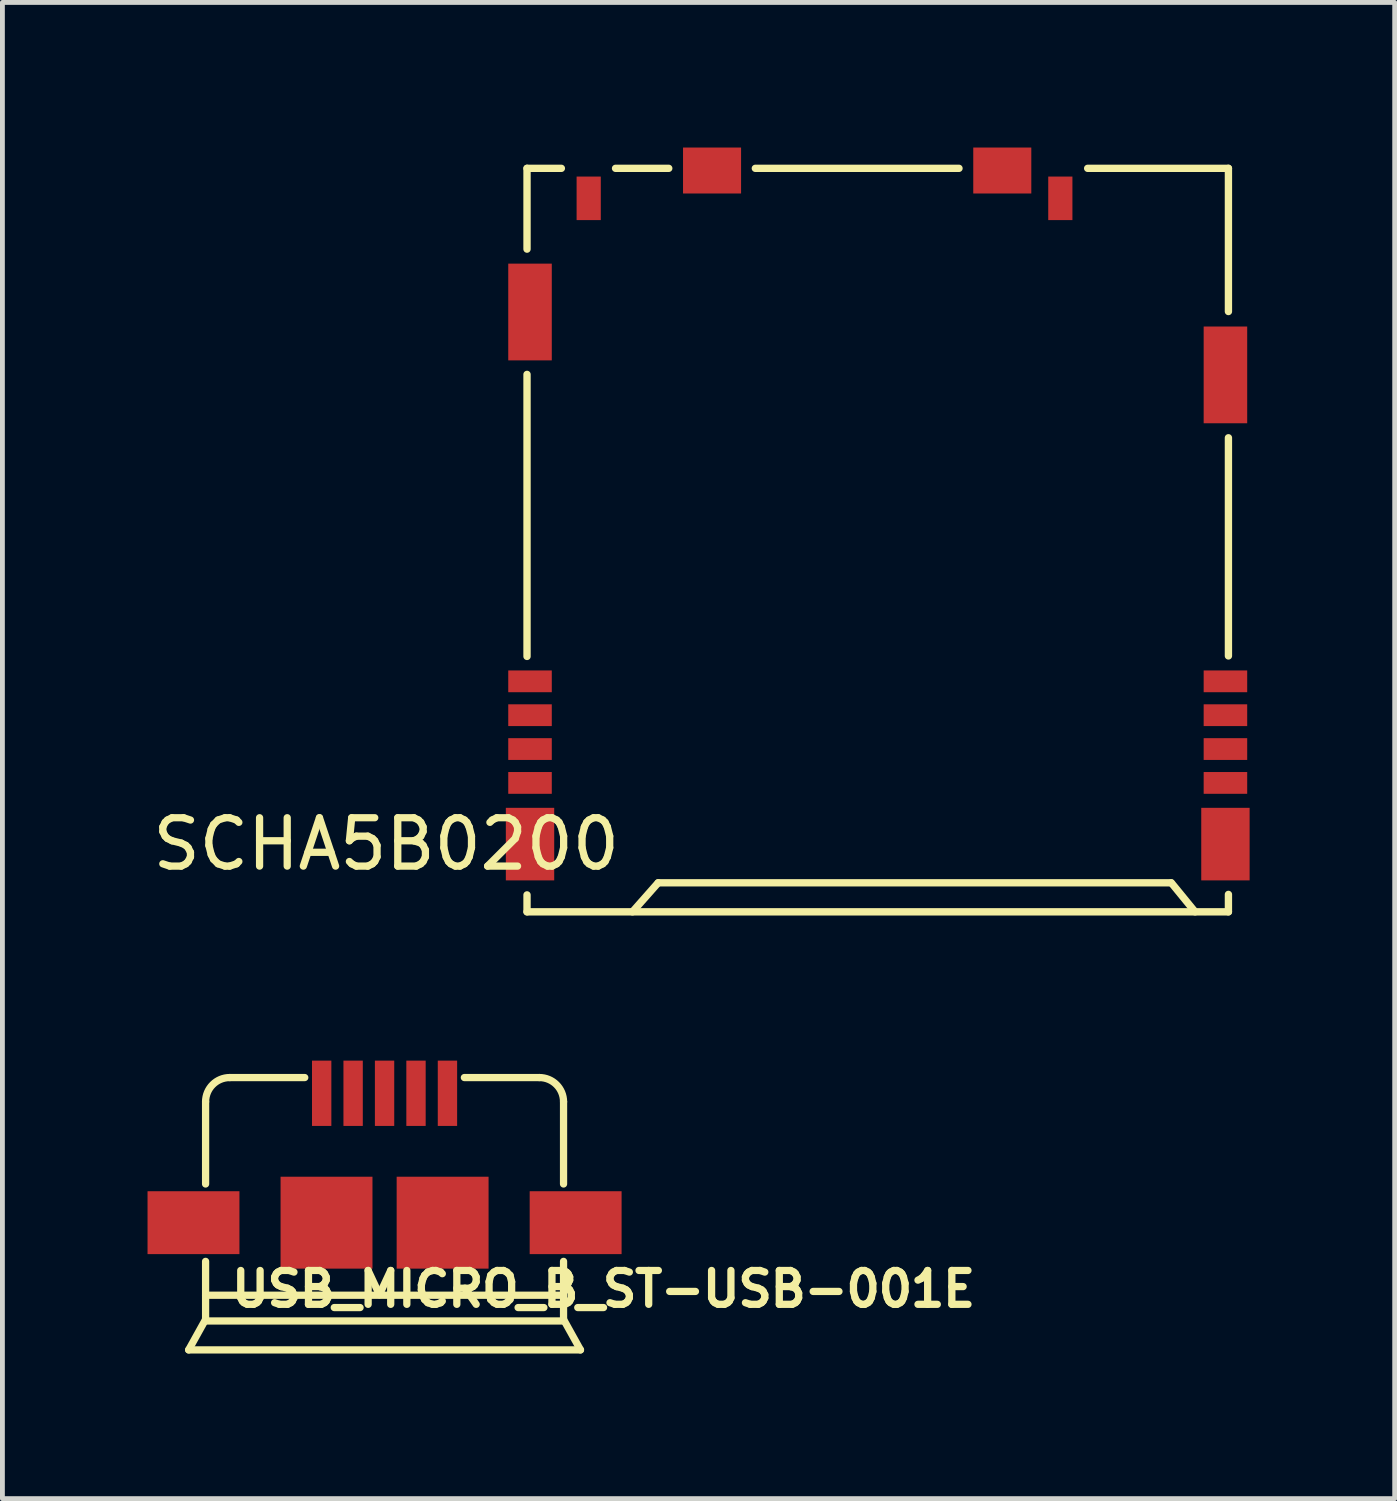
<source format=kicad_pcb>
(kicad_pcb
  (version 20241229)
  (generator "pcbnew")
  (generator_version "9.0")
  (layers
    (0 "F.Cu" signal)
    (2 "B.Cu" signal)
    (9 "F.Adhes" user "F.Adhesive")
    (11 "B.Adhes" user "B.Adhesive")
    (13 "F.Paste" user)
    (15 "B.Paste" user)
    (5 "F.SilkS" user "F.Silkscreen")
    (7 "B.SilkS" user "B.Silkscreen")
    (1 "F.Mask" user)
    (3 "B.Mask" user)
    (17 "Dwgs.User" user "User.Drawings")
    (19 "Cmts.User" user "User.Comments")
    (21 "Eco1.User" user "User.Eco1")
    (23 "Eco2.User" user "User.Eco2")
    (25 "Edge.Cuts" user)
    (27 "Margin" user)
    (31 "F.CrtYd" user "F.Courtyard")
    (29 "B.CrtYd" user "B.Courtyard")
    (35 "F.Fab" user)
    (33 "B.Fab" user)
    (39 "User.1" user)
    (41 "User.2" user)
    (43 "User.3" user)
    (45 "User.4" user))
  (footprint "SCHA5B0200"
    (layer "F.Cu")
    (at 15.095 14.4)
    (property "Reference" "SCHA5B0200" (at -10.16 0 0) (layer "F.SilkS") (effects (font (size 1 1) (thickness 0.15))))
    (attr through_hole)
    (fp_line (start -7.25 -13.97) (end -6.54 -13.97) (stroke (width 0.152) (type solid)) (layer "F.SilkS"))
    (fp_line (start -7.25 -12.3) (end -7.25 -13.97) (stroke (width 0.152) (type solid)) (layer "F.SilkS"))
    (fp_line (start -7.25 -9.71) (end -7.25 -3.88) (stroke (width 0.152) (type solid)) (layer "F.SilkS"))
    (fp_line (start -7.25 1.4) (end -7.25 1.05) (stroke (width 0.152) (type solid)) (layer "F.SilkS"))
    (fp_line (start -7.25 1.4) (end 7.25 1.4) (stroke (width 0.152) (type solid)) (layer "F.SilkS"))
    (fp_line (start -5.42 -13.97) (end -4.32 -13.97) (stroke (width 0.152) (type solid)) (layer "F.SilkS"))
    (fp_line (start -4.54 0.8) (end -5.07 1.4) (stroke (width 0.152) (type solid)) (layer "F.SilkS"))
    (fp_line (start -4.537 0.8) (end 6.062 0.8) (stroke (width 0.152) (type solid)) (layer "F.SilkS"))
    (fp_line (start -2.53 -13.97) (end 1.68 -13.97) (stroke (width 0.152) (type solid)) (layer "F.SilkS"))
    (fp_line (start 6.07 0.8) (end 6.56 1.4) (stroke (width 0.152) (type solid)) (layer "F.SilkS"))
    (fp_line (start 7.25 -13.97) (end 4.34 -13.97) (stroke (width 0.152) (type solid)) (layer "F.SilkS"))
    (fp_line (start 7.25 -11.01) (end 7.25 -13.97) (stroke (width 0.152) (type solid)) (layer "F.SilkS"))
    (fp_line (start 7.25 -8.4) (end 7.25 -3.89) (stroke (width 0.152) (type solid)) (layer "F.SilkS"))
    (fp_line (start 7.25 1.4) (end 7.25 1.04) (stroke (width 0.152) (type solid)) (layer "F.SilkS"))
    (pad "1" smd rect (at -7.188 -3.365) (size 0.9 0.45) (layers "F.Cu" "F.Mask" "F.Paste"))
    (pad "2" smd rect (at -7.188 -2.665) (size 0.9 0.45) (layers "F.Cu" "F.Mask" "F.Paste"))
    (pad "3" smd rect (at -7.188 -1.965) (size 0.9 0.45) (layers "F.Cu" "F.Mask" "F.Paste"))
    (pad "4" smd rect (at -7.188 -1.265) (size 0.9 0.45) (layers "F.Cu" "F.Mask" "F.Paste"))
    (pad "5" smd rect (at 7.188 -1.265) (size 0.9 0.45) (layers "F.Cu" "F.Mask" "F.Paste"))
    (pad "6" smd rect (at 7.188 -1.965) (size 0.9 0.45) (layers "F.Cu" "F.Mask" "F.Paste"))
    (pad "7" smd rect (at 7.188 -2.665) (size 0.9 0.45) (layers "F.Cu" "F.Mask" "F.Paste"))
    (pad "8" smd rect (at 7.188 -3.365) (size 0.9 0.45) (layers "F.Cu" "F.Mask" "F.Paste"))
    (pad "9" smd rect (at -5.975 -13.35) (size 0.5 0.9) (layers "F.Cu" "F.Mask" "F.Paste"))
    (pad "10" smd rect (at 3.775 -13.35) (size 0.5 0.9) (layers "F.Cu" "F.Mask" "F.Paste"))
    (pad "11" smd rect (at -7.188 -11) (size 0.9 2) (layers "F.Cu" "F.Mask" "F.Paste"))
    (pad "11" smd rect (at -7.188 0) (size 1 1.5) (layers "F.Cu" "F.Mask" "F.Paste"))
    (pad "11" smd rect (at -3.425 -13.925) (size 1.2 0.95) (layers "F.Cu" "F.Mask" "F.Paste"))
    (pad "11" smd rect (at 2.575 -13.925) (size 1.2 0.95) (layers "F.Cu" "F.Mask" "F.Paste"))
    (pad "11" smd rect (at 7.188 -9.7) (size 0.9 2) (layers "F.Cu" "F.Mask" "F.Paste"))
    (pad "11" smd rect (at 7.188 0) (size 1 1.5) (layers "F.Cu" "F.Mask" "F.Paste")))
  (footprint "USB_MICRO_B_ST-USB-001E"
    (layer "F.Cu")
    (at 4.9 23.726)
    (property "Reference" "USB_MICRO_B_ST-USB-001E" (at 4.527 -0.128 0) (layer "F.SilkS") (effects (font (size 0.7 0.7) (thickness 0.15))))
    (attr smd)
    (fp_line (start -4.05 1.13) (end -3.7 0.5) (stroke (width 0.15) (type solid)) (layer "F.SilkS"))
    (fp_line (start -3.7 -2.3) (end -3.7 -4) (stroke (width 0.15) (type solid)) (layer "F.SilkS"))
    (fp_line (start -3.7 -0.7) (end -3.7 0.5) (stroke (width 0.15) (type solid)) (layer "F.SilkS"))
    (fp_line (start -3.7 0) (end 3.7 0) (stroke (width 0.15) (type solid)) (layer "F.SilkS"))
    (fp_line (start -3.683 0.532) (end 3.683 0.532) (stroke (width 0.15) (type solid)) (layer "F.SilkS"))
    (fp_line (start -3.2 -4.5) (end -1.65 -4.5) (stroke (width 0.15) (type solid)) (layer "F.SilkS"))
    (fp_line (start 3.2 -4.5) (end 1.65 -4.5) (stroke (width 0.15) (type solid)) (layer "F.SilkS"))
    (fp_line (start 3.7 -4) (end 3.7 -2.3) (stroke (width 0.15) (type solid)) (layer "F.SilkS"))
    (fp_line (start 3.7 -0.7) (end 3.7 0.5) (stroke (width 0.15) (type solid)) (layer "F.SilkS"))
    (fp_line (start 3.7 0.5) (end 4.05 1.13) (stroke (width 0.15) (type solid)) (layer "F.SilkS"))
    (fp_line (start 4.05 1.13) (end -4.05 1.13) (stroke (width 0.15) (type solid)) (layer "F.SilkS"))
    (fp_arc (start -3.7 -4) (mid -3.553553 -4.353553) (end -3.2 -4.5) (stroke (width 0.15) (type solid)) (layer "F.SilkS"))
    (fp_arc (start 3.2 -4.5) (mid 3.553553 -4.353553) (end 3.7 -4) (stroke (width 0.15) (type solid)) (layer "F.SilkS"))
    (pad "1" smd rect (at -1.3 -4.175) (size 0.4 1.35) (layers "F.Cu" "F.Mask" "F.Paste"))
    (pad "2" smd rect (at -0.65 -4.175) (size 0.4 1.35) (layers "F.Cu" "F.Mask" "F.Paste"))
    (pad "3" smd rect (at 0 -4.175) (size 0.4 1.35) (layers "F.Cu" "F.Mask" "F.Paste"))
    (pad "4" smd rect (at 0.65 -4.175) (size 0.4 1.35) (layers "F.Cu" "F.Mask" "F.Paste"))
    (pad "5" smd rect (at 1.3 -4.175) (size 0.4 1.35) (layers "F.Cu" "F.Mask" "F.Paste"))
    (pad "6" smd rect (at 3.95 -1.5) (size 1.9 1.3) (layers "F.Cu" "F.Mask" "F.Paste"))
    (pad "7" smd rect (at 1.2 -1.5) (size 1.9 1.9) (layers "F.Cu" "F.Mask" "F.Paste"))
    (pad "8" smd rect (at -1.2 -1.5) (size 1.9 1.9) (layers "F.Cu" "F.Mask" "F.Paste"))
    (pad "9" smd rect (at -3.95 -1.5) (size 1.9 1.3) (layers "F.Cu" "F.Mask" "F.Paste")))
  (gr_rect
    (start -3 -3)
    (end 25.782 27.931)
    (stroke (width 0.1) (type default))
    (fill no)
    (layer "Edge.Cuts")))
</source>
